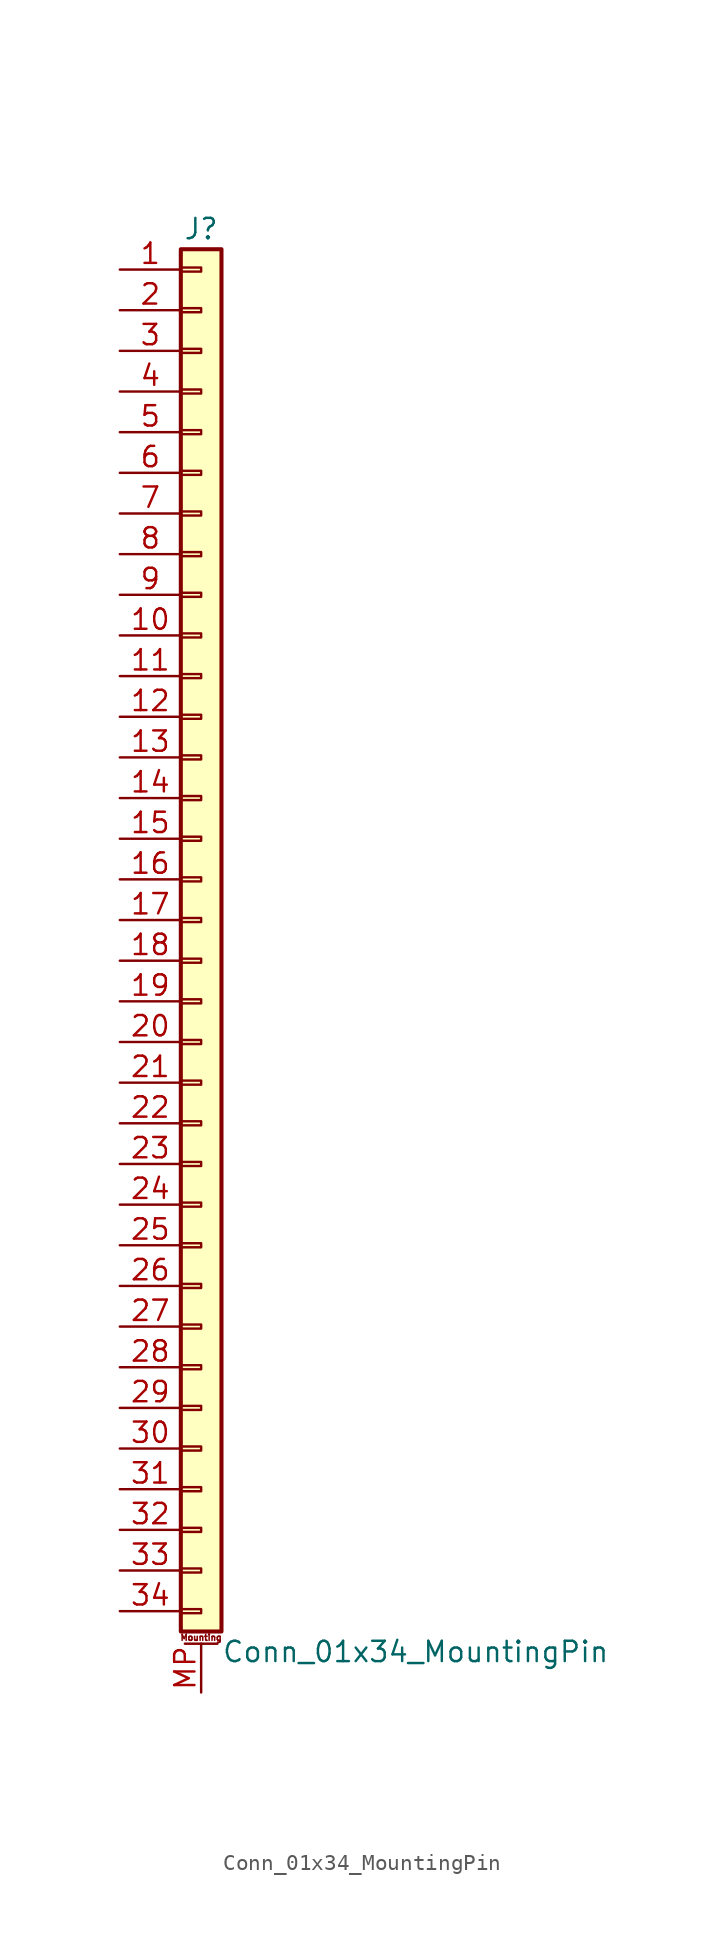
<source format=kicad_sym>
(kicad_symbol_lib
  (version 20211014)
  (generator kicad_symbol_editor)
  (symbol "Conn_01x34_MountingPin"
    (pin_names
      (offset 1.016) hide)
    (property "Reference" "J"
      (at 0 43.18 0)
      (effects (font (size 1.27 1.27))))
    (property "Value" "Conn_01x34_MountingPin"
      (at 1.27 -45.72 0)
      (effects (font (size 1.27 1.27)) (justify left)))
    (symbol "Conn_01x34_MountingPin_1_1"
      (rectangle (start -1.27 -43.053) (end 0 -43.307) (stroke (width 0.152) (type default) (color 0 0 0 0)) (fill (type none)))
      (rectangle (start -1.27 -40.513) (end 0 -40.767) (stroke (width 0.152) (type default) (color 0 0 0 0)) (fill (type none)))
      (rectangle (start -1.27 -37.973) (end 0 -38.227) (stroke (width 0.152) (type default) (color 0 0 0 0)) (fill (type none)))
      (rectangle (start -1.27 -35.433) (end 0 -35.687) (stroke (width 0.152) (type default) (color 0 0 0 0)) (fill (type none)))
      (rectangle (start -1.27 -32.893) (end 0 -33.147) (stroke (width 0.152) (type default) (color 0 0 0 0)) (fill (type none)))
      (rectangle (start -1.27 -30.353) (end 0 -30.607) (stroke (width 0.152) (type default) (color 0 0 0 0)) (fill (type none)))
      (rectangle (start -1.27 -27.813) (end 0 -28.067) (stroke (width 0.152) (type default) (color 0 0 0 0)) (fill (type none)))
      (rectangle (start -1.27 -25.273) (end 0 -25.527) (stroke (width 0.152) (type default) (color 0 0 0 0)) (fill (type none)))
      (rectangle (start -1.27 -22.733) (end 0 -22.987) (stroke (width 0.152) (type default) (color 0 0 0 0)) (fill (type none)))
      (rectangle (start -1.27 -20.193) (end 0 -20.447) (stroke (width 0.152) (type default) (color 0 0 0 0)) (fill (type none)))
      (rectangle (start -1.27 -17.653) (end 0 -17.907) (stroke (width 0.152) (type default) (color 0 0 0 0)) (fill (type none)))
      (rectangle (start -1.27 -15.113) (end 0 -15.367) (stroke (width 0.152) (type default) (color 0 0 0 0)) (fill (type none)))
      (rectangle (start -1.27 -12.573) (end 0 -12.827) (stroke (width 0.152) (type default) (color 0 0 0 0)) (fill (type none)))
      (rectangle (start -1.27 -10.033) (end 0 -10.287) (stroke (width 0.152) (type default) (color 0 0 0 0)) (fill (type none)))
      (rectangle (start -1.27 -7.493) (end 0 -7.747) (stroke (width 0.152) (type default) (color 0 0 0 0)) (fill (type none)))
      (rectangle (start -1.27 -4.953) (end 0 -5.207) (stroke (width 0.152) (type default) (color 0 0 0 0)) (fill (type none)))
      (rectangle (start -1.27 -2.413) (end 0 -2.667) (stroke (width 0.152) (type default) (color 0 0 0 0)) (fill (type none)))
      (rectangle (start -1.27 0.127) (end 0 -0.127) (stroke (width 0.152) (type default) (color 0 0 0 0)) (fill (type none)))
      (rectangle (start -1.27 2.667) (end 0 2.413) (stroke (width 0.152) (type default) (color 0 0 0 0)) (fill (type none)))
      (rectangle (start -1.27 5.207) (end 0 4.953) (stroke (width 0.152) (type default) (color 0 0 0 0)) (fill (type none)))
      (rectangle (start -1.27 7.747) (end 0 7.493) (stroke (width 0.152) (type default) (color 0 0 0 0)) (fill (type none)))
      (rectangle (start -1.27 10.287) (end 0 10.033) (stroke (width 0.152) (type default) (color 0 0 0 0)) (fill (type none)))
      (rectangle (start -1.27 12.827) (end 0 12.573) (stroke (width 0.152) (type default) (color 0 0 0 0)) (fill (type none)))
      (rectangle (start -1.27 15.367) (end 0 15.113) (stroke (width 0.152) (type default) (color 0 0 0 0)) (fill (type none)))
      (rectangle (start -1.27 17.907) (end 0 17.653) (stroke (width 0.152) (type default) (color 0 0 0 0)) (fill (type none)))
      (rectangle (start -1.27 20.447) (end 0 20.193) (stroke (width 0.152) (type default) (color 0 0 0 0)) (fill (type none)))
      (rectangle (start -1.27 22.987) (end 0 22.733) (stroke (width 0.152) (type default) (color 0 0 0 0)) (fill (type none)))
      (rectangle (start -1.27 25.527) (end 0 25.273) (stroke (width 0.152) (type default) (color 0 0 0 0)) (fill (type none)))
      (rectangle (start -1.27 28.067) (end 0 27.813) (stroke (width 0.152) (type default) (color 0 0 0 0)) (fill (type none)))
      (rectangle (start -1.27 30.607) (end 0 30.353) (stroke (width 0.152) (type default) (color 0 0 0 0)) (fill (type none)))
      (rectangle (start -1.27 33.147) (end 0 32.893) (stroke (width 0.152) (type default) (color 0 0 0 0)) (fill (type none)))
      (rectangle (start -1.27 35.687) (end 0 35.433) (stroke (width 0.152) (type default) (color 0 0 0 0)) (fill (type none)))
      (rectangle (start -1.27 38.227) (end 0 37.973) (stroke (width 0.152) (type default) (color 0 0 0 0)) (fill (type none)))
      (rectangle (start -1.27 40.767) (end 0 40.513) (stroke (width 0.152) (type default) (color 0 0 0 0)) (fill (type none)))
      (rectangle (start -1.27 41.91) (end 1.27 -44.45) (stroke (width 0.254) (type default) (color 0 0 0 0)) (fill (type background)))
      (polyline (pts (xy -1.016 -45.212) (xy 1.016 -45.212)) (stroke (width 0.152) (type default) (color 0 0 0 0)) (fill (type none)))
      (text "Mounting" (at 0 -44.831 0) (effects (font (size 0.381 0.381))))
      (pin passive line (at -5.08 40.64 0) (length 3.81) (name "Pin_1" (effects (font (size 1.27 1.27)))) (number "1" (effects (font (size 1.27 1.27)))))
      (pin passive line (at -5.08 17.78 0) (length 3.81) (name "Pin_10" (effects (font (size 1.27 1.27)))) (number "10" (effects (font (size 1.27 1.27)))))
      (pin passive line (at -5.08 15.24 0) (length 3.81) (name "Pin_11" (effects (font (size 1.27 1.27)))) (number "11" (effects (font (size 1.27 1.27)))))
      (pin passive line (at -5.08 12.7 0) (length 3.81) (name "Pin_12" (effects (font (size 1.27 1.27)))) (number "12" (effects (font (size 1.27 1.27)))))
      (pin passive line (at -5.08 10.16 0) (length 3.81) (name "Pin_13" (effects (font (size 1.27 1.27)))) (number "13" (effects (font (size 1.27 1.27)))))
      (pin passive line (at -5.08 7.62 0) (length 3.81) (name "Pin_14" (effects (font (size 1.27 1.27)))) (number "14" (effects (font (size 1.27 1.27)))))
      (pin passive line (at -5.08 5.08 0) (length 3.81) (name "Pin_15" (effects (font (size 1.27 1.27)))) (number "15" (effects (font (size 1.27 1.27)))))
      (pin passive line (at -5.08 2.54 0) (length 3.81) (name "Pin_16" (effects (font (size 1.27 1.27)))) (number "16" (effects (font (size 1.27 1.27)))))
      (pin passive line (at -5.08 0 0) (length 3.81) (name "Pin_17" (effects (font (size 1.27 1.27)))) (number "17" (effects (font (size 1.27 1.27)))))
      (pin passive line (at -5.08 -2.54 0) (length 3.81) (name "Pin_18" (effects (font (size 1.27 1.27)))) (number "18" (effects (font (size 1.27 1.27)))))
      (pin passive line (at -5.08 -5.08 0) (length 3.81) (name "Pin_19" (effects (font (size 1.27 1.27)))) (number "19" (effects (font (size 1.27 1.27)))))
      (pin passive line (at -5.08 38.1 0) (length 3.81) (name "Pin_2" (effects (font (size 1.27 1.27)))) (number "2" (effects (font (size 1.27 1.27)))))
      (pin passive line (at -5.08 -7.62 0) (length 3.81) (name "Pin_20" (effects (font (size 1.27 1.27)))) (number "20" (effects (font (size 1.27 1.27)))))
      (pin passive line (at -5.08 -10.16 0) (length 3.81) (name "Pin_21" (effects (font (size 1.27 1.27)))) (number "21" (effects (font (size 1.27 1.27)))))
      (pin passive line (at -5.08 -12.7 0) (length 3.81) (name "Pin_22" (effects (font (size 1.27 1.27)))) (number "22" (effects (font (size 1.27 1.27)))))
      (pin passive line (at -5.08 -15.24 0) (length 3.81) (name "Pin_23" (effects (font (size 1.27 1.27)))) (number "23" (effects (font (size 1.27 1.27)))))
      (pin passive line (at -5.08 -17.78 0) (length 3.81) (name "Pin_24" (effects (font (size 1.27 1.27)))) (number "24" (effects (font (size 1.27 1.27)))))
      (pin passive line (at -5.08 -20.32 0) (length 3.81) (name "Pin_25" (effects (font (size 1.27 1.27)))) (number "25" (effects (font (size 1.27 1.27)))))
      (pin passive line (at -5.08 -22.86 0) (length 3.81) (name "Pin_26" (effects (font (size 1.27 1.27)))) (number "26" (effects (font (size 1.27 1.27)))))
      (pin passive line (at -5.08 -25.4 0) (length 3.81) (name "Pin_27" (effects (font (size 1.27 1.27)))) (number "27" (effects (font (size 1.27 1.27)))))
      (pin passive line (at -5.08 -27.94 0) (length 3.81) (name "Pin_28" (effects (font (size 1.27 1.27)))) (number "28" (effects (font (size 1.27 1.27)))))
      (pin passive line (at -5.08 -30.48 0) (length 3.81) (name "Pin_29" (effects (font (size 1.27 1.27)))) (number "29" (effects (font (size 1.27 1.27)))))
      (pin passive line (at -5.08 35.56 0) (length 3.81) (name "Pin_3" (effects (font (size 1.27 1.27)))) (number "3" (effects (font (size 1.27 1.27)))))
      (pin passive line (at -5.08 -33.02 0) (length 3.81) (name "Pin_30" (effects (font (size 1.27 1.27)))) (number "30" (effects (font (size 1.27 1.27)))))
      (pin passive line (at -5.08 -35.56 0) (length 3.81) (name "Pin_31" (effects (font (size 1.27 1.27)))) (number "31" (effects (font (size 1.27 1.27)))))
      (pin passive line (at -5.08 -38.1 0) (length 3.81) (name "Pin_32" (effects (font (size 1.27 1.27)))) (number "32" (effects (font (size 1.27 1.27)))))
      (pin passive line (at -5.08 -40.64 0) (length 3.81) (name "Pin_33" (effects (font (size 1.27 1.27)))) (number "33" (effects (font (size 1.27 1.27)))))
      (pin passive line (at -5.08 -43.18 0) (length 3.81) (name "Pin_34" (effects (font (size 1.27 1.27)))) (number "34" (effects (font (size 1.27 1.27)))))
      (pin passive line (at -5.08 33.02 0) (length 3.81) (name "Pin_4" (effects (font (size 1.27 1.27)))) (number "4" (effects (font (size 1.27 1.27)))))
      (pin passive line (at -5.08 30.48 0) (length 3.81) (name "Pin_5" (effects (font (size 1.27 1.27)))) (number "5" (effects (font (size 1.27 1.27)))))
      (pin passive line (at -5.08 27.94 0) (length 3.81) (name "Pin_6" (effects (font (size 1.27 1.27)))) (number "6" (effects (font (size 1.27 1.27)))))
      (pin passive line (at -5.08 25.4 0) (length 3.81) (name "Pin_7" (effects (font (size 1.27 1.27)))) (number "7" (effects (font (size 1.27 1.27)))))
      (pin passive line (at -5.08 22.86 0) (length 3.81) (name "Pin_8" (effects (font (size 1.27 1.27)))) (number "8" (effects (font (size 1.27 1.27)))))
      (pin passive line (at -5.08 20.32 0) (length 3.81) (name "Pin_9" (effects (font (size 1.27 1.27)))) (number "9" (effects (font (size 1.27 1.27)))))
      (pin passive line (at 0 -48.26 90) (length 3.048) (name "MountPin" (effects (font (size 1.27 1.27)))) (number "MP" (effects (font (size 1.27 1.27))))))))
</source>
